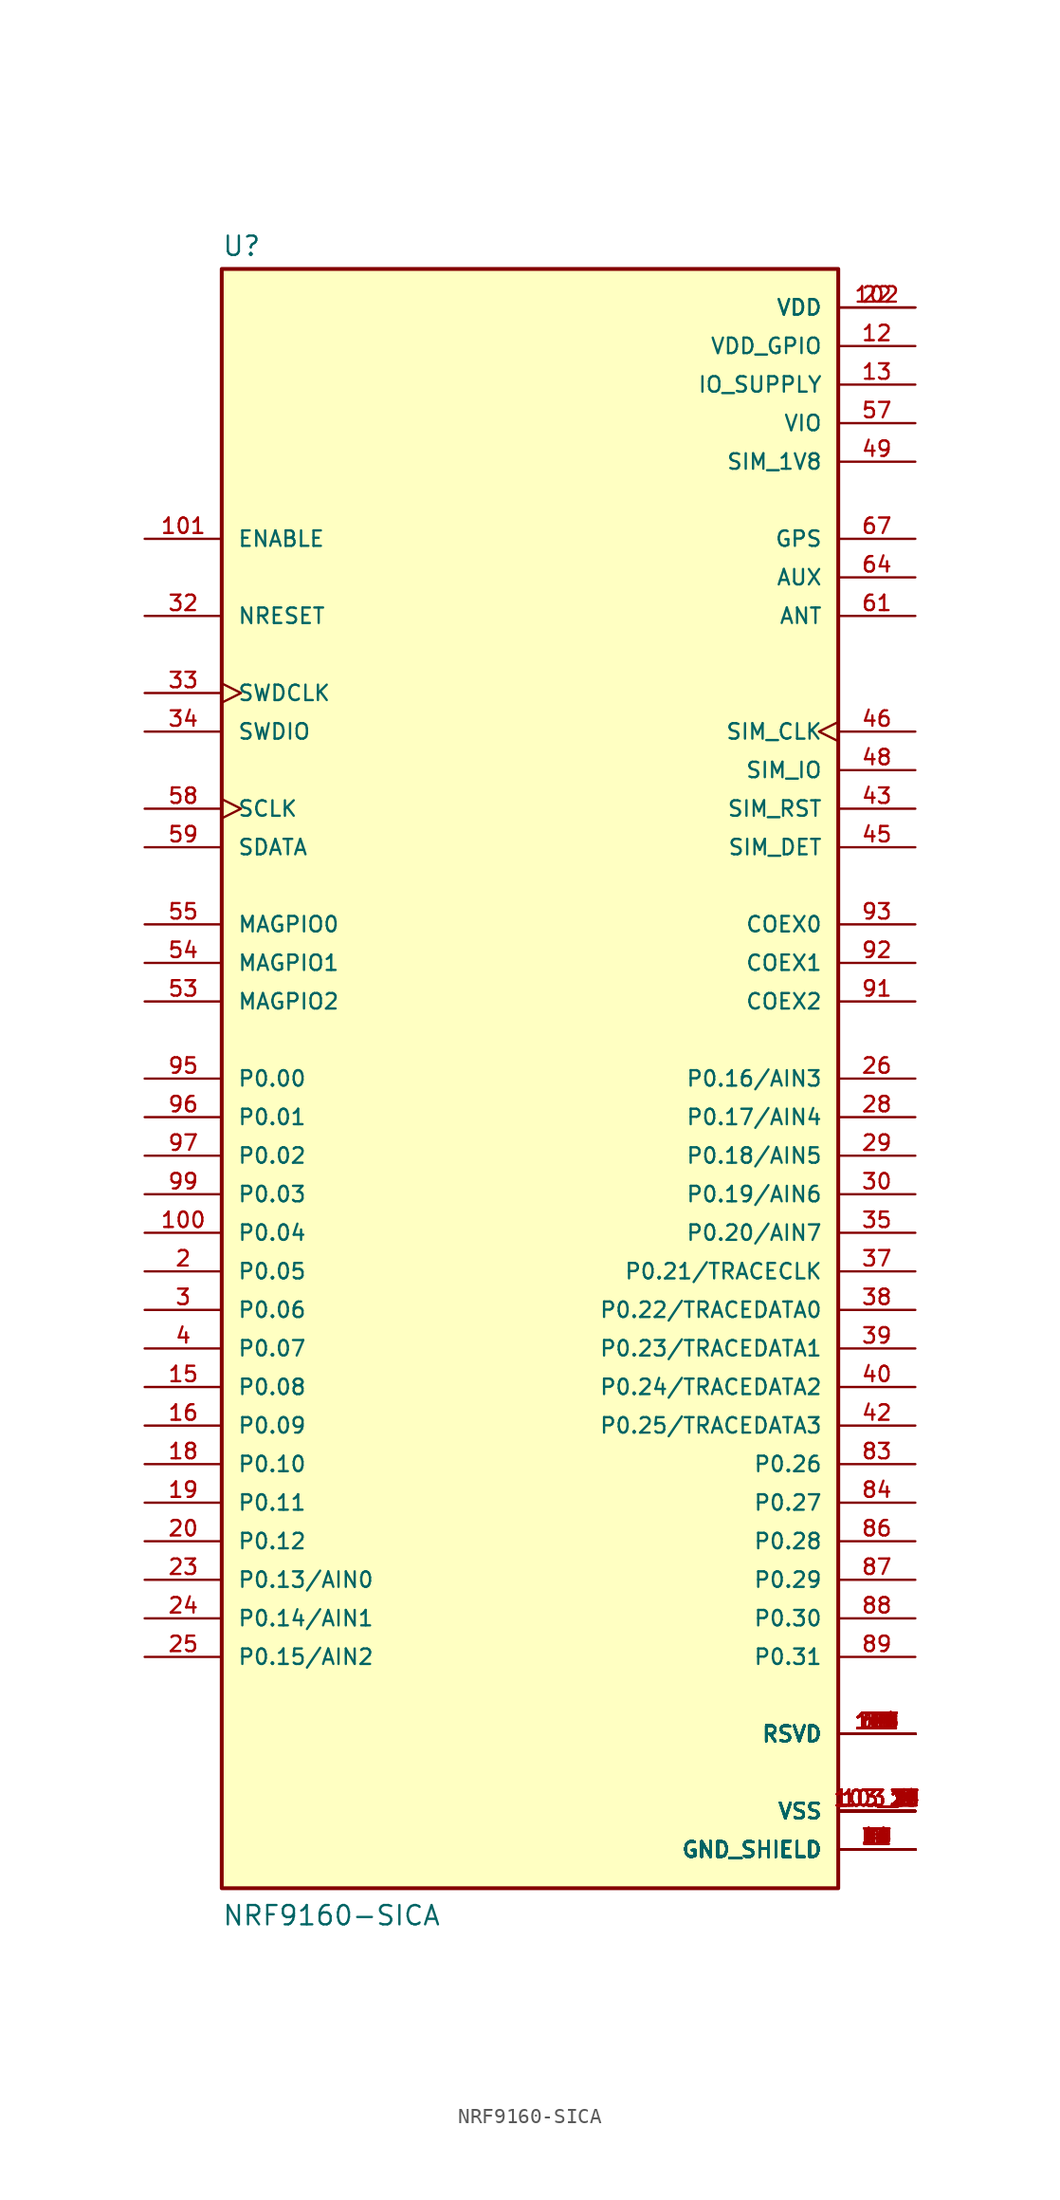
<source format=kicad_sym>
(kicad_symbol_lib
  (version 20211014)
  (generator kicad_symbol_editor)
  (symbol "NRF9160-SICA"
    (pin_names
      (offset 1.016))
    (property "Reference" "U"
      (at -20.32 54.102 0)
      (effects (font (size 1.27 1.27)) (justify bottom left)))
    (property "Value" "NRF9160-SICA"
      (at -20.32 -55.88 0)
      (effects (font (size 1.27 1.27)) (justify bottom left)))
    (symbol "NRF9160-SICA_0_0"
      (rectangle (start -20.32 -53.34) (end 20.32 53.34) (stroke (width 0.254)) (fill (type background)))
      (pin bidirectional line (at -25.4 -12.7 0) (length 5.08) (name "P0.05" (effects (font (size 1.016 1.016)))) (number "2" (effects (font (size 1.016 1.016)))))
      (pin bidirectional line (at -25.4 -15.24 0) (length 5.08) (name "P0.06" (effects (font (size 1.016 1.016)))) (number "3" (effects (font (size 1.016 1.016)))))
      (pin bidirectional line (at -25.4 -17.78 0) (length 5.08) (name "P0.07" (effects (font (size 1.016 1.016)))) (number "4" (effects (font (size 1.016 1.016)))))
      (pin bidirectional line (at -25.4 -20.32 0) (length 5.08) (name "P0.08" (effects (font (size 1.016 1.016)))) (number "15" (effects (font (size 1.016 1.016)))))
      (pin bidirectional line (at -25.4 -27.94 0) (length 5.08) (name "P0.11" (effects (font (size 1.016 1.016)))) (number "19" (effects (font (size 1.016 1.016)))))
      (pin bidirectional line (at -25.4 -22.86 0) (length 5.08) (name "P0.09" (effects (font (size 1.016 1.016)))) (number "16" (effects (font (size 1.016 1.016)))))
      (pin bidirectional line (at -25.4 -25.4 0) (length 5.08) (name "P0.10" (effects (font (size 1.016 1.016)))) (number "18" (effects (font (size 1.016 1.016)))))
      (pin bidirectional line (at -25.4 -30.48 0) (length 5.08) (name "P0.12" (effects (font (size 1.016 1.016)))) (number "20" (effects (font (size 1.016 1.016)))))
      (pin bidirectional line (at -25.4 -33.02 0) (length 5.08) (name "P0.13/AIN0" (effects (font (size 1.016 1.016)))) (number "23" (effects (font (size 1.016 1.016)))))
      (pin bidirectional line (at -25.4 -38.1 0) (length 5.08) (name "P0.15/AIN2" (effects (font (size 1.016 1.016)))) (number "25" (effects (font (size 1.016 1.016)))))
      (pin bidirectional line (at 25.4 0.0 180.0) (length 5.08) (name "P0.16/AIN3" (effects (font (size 1.016 1.016)))) (number "26" (effects (font (size 1.016 1.016)))))
      (pin bidirectional line (at 25.4 -2.54 180.0) (length 5.08) (name "P0.17/AIN4" (effects (font (size 1.016 1.016)))) (number "28" (effects (font (size 1.016 1.016)))))
      (pin bidirectional line (at 25.4 -5.08 180.0) (length 5.08) (name "P0.18/AIN5" (effects (font (size 1.016 1.016)))) (number "29" (effects (font (size 1.016 1.016)))))
      (pin bidirectional line (at 25.4 -7.62 180.0) (length 5.08) (name "P0.19/AIN6" (effects (font (size 1.016 1.016)))) (number "30" (effects (font (size 1.016 1.016)))))
      (pin input line (at -25.4 30.48 0) (length 5.08) (name "NRESET" (effects (font (size 1.016 1.016)))) (number "32" (effects (font (size 1.016 1.016)))))
      (pin input clock (at -25.4 25.4 0) (length 5.08) (name "SWDCLK" (effects (font (size 1.016 1.016)))) (number "33" (effects (font (size 1.016 1.016)))))
      (pin bidirectional line (at -25.4 22.86 0) (length 5.08) (name "SWDIO" (effects (font (size 1.016 1.016)))) (number "34" (effects (font (size 1.016 1.016)))))
      (pin bidirectional line (at 25.4 -15.24 180.0) (length 5.08) (name "P0.22/TRACEDATA0" (effects (font (size 1.016 1.016)))) (number "38" (effects (font (size 1.016 1.016)))))
      (pin bidirectional line (at 25.4 -10.16 180.0) (length 5.08) (name "P0.20/AIN7" (effects (font (size 1.016 1.016)))) (number "35" (effects (font (size 1.016 1.016)))))
      (pin bidirectional line (at 25.4 -12.7 180.0) (length 5.08) (name "P0.21/TRACECLK" (effects (font (size 1.016 1.016)))) (number "37" (effects (font (size 1.016 1.016)))))
      (pin bidirectional line (at 25.4 -17.78 180.0) (length 5.08) (name "P0.23/TRACEDATA1" (effects (font (size 1.016 1.016)))) (number "39" (effects (font (size 1.016 1.016)))))
      (pin bidirectional line (at 25.4 -20.32 180.0) (length 5.08) (name "P0.24/TRACEDATA2" (effects (font (size 1.016 1.016)))) (number "40" (effects (font (size 1.016 1.016)))))
      (pin bidirectional line (at 25.4 -22.86 180.0) (length 5.08) (name "P0.25/TRACEDATA3" (effects (font (size 1.016 1.016)))) (number "42" (effects (font (size 1.016 1.016)))))
      (pin bidirectional line (at 25.4 17.78 180.0) (length 5.08) (name "SIM_RST" (effects (font (size 1.016 1.016)))) (number "43" (effects (font (size 1.016 1.016)))))
      (pin bidirectional line (at 25.4 15.24 180.0) (length 5.08) (name "SIM_DET" (effects (font (size 1.016 1.016)))) (number "45" (effects (font (size 1.016 1.016)))))
      (pin bidirectional clock (at 25.4 22.86 180.0) (length 5.08) (name "SIM_CLK" (effects (font (size 1.016 1.016)))) (number "46" (effects (font (size 1.016 1.016)))))
      (pin bidirectional line (at 25.4 20.32 180.0) (length 5.08) (name "SIM_IO" (effects (font (size 1.016 1.016)))) (number "48" (effects (font (size 1.016 1.016)))))
      (pin bidirectional line (at -25.4 10.16 0) (length 5.08) (name "MAGPIO0" (effects (font (size 1.016 1.016)))) (number "55" (effects (font (size 1.016 1.016)))))
      (pin bidirectional line (at -25.4 15.24 0) (length 5.08) (name "SDATA" (effects (font (size 1.016 1.016)))) (number "59" (effects (font (size 1.016 1.016)))))
      (pin bidirectional clock (at -25.4 17.78 0) (length 5.08) (name "SCLK" (effects (font (size 1.016 1.016)))) (number "58" (effects (font (size 1.016 1.016)))))
      (pin bidirectional line (at 25.4 30.48 180.0) (length 5.08) (name "ANT" (effects (font (size 1.016 1.016)))) (number "61" (effects (font (size 1.016 1.016)))))
      (pin output line (at 25.4 33.02 180.0) (length 5.08) (name "AUX" (effects (font (size 1.016 1.016)))) (number "64" (effects (font (size 1.016 1.016)))))
      (pin input line (at 25.4 35.56 180.0) (length 5.08) (name "GPS" (effects (font (size 1.016 1.016)))) (number "67" (effects (font (size 1.016 1.016)))))
      (pin bidirectional line (at 25.4 -25.4 180.0) (length 5.08) (name "P0.26" (effects (font (size 1.016 1.016)))) (number "83" (effects (font (size 1.016 1.016)))))
      (pin bidirectional line (at 25.4 -27.94 180.0) (length 5.08) (name "P0.27" (effects (font (size 1.016 1.016)))) (number "84" (effects (font (size 1.016 1.016)))))
      (pin bidirectional line (at 25.4 -30.48 180.0) (length 5.08) (name "P0.28" (effects (font (size 1.016 1.016)))) (number "86" (effects (font (size 1.016 1.016)))))
      (pin bidirectional line (at 25.4 -33.02 180.0) (length 5.08) (name "P0.29" (effects (font (size 1.016 1.016)))) (number "87" (effects (font (size 1.016 1.016)))))
      (pin bidirectional line (at 25.4 -35.56 180.0) (length 5.08) (name "P0.30" (effects (font (size 1.016 1.016)))) (number "88" (effects (font (size 1.016 1.016)))))
      (pin bidirectional line (at 25.4 -38.1 180.0) (length 5.08) (name "P0.31" (effects (font (size 1.016 1.016)))) (number "89" (effects (font (size 1.016 1.016)))))
      (pin bidirectional line (at 25.4 10.16 180.0) (length 5.08) (name "COEX0" (effects (font (size 1.016 1.016)))) (number "93" (effects (font (size 1.016 1.016)))))
      (pin bidirectional line (at -25.4 -2.54 0) (length 5.08) (name "P0.01" (effects (font (size 1.016 1.016)))) (number "96" (effects (font (size 1.016 1.016)))))
      (pin bidirectional line (at -25.4 0.0 0) (length 5.08) (name "P0.00" (effects (font (size 1.016 1.016)))) (number "95" (effects (font (size 1.016 1.016)))))
      (pin bidirectional line (at -25.4 -5.08 0) (length 5.08) (name "P0.02" (effects (font (size 1.016 1.016)))) (number "97" (effects (font (size 1.016 1.016)))))
      (pin bidirectional line (at -25.4 -7.62 0) (length 5.08) (name "P0.03" (effects (font (size 1.016 1.016)))) (number "99" (effects (font (size 1.016 1.016)))))
      (pin bidirectional line (at -25.4 -10.16 0) (length 5.08) (name "P0.04" (effects (font (size 1.016 1.016)))) (number "100" (effects (font (size 1.016 1.016)))))
      (pin input line (at -25.4 35.56 0) (length 5.08) (name "ENABLE" (effects (font (size 1.016 1.016)))) (number "101" (effects (font (size 1.016 1.016)))))
      (pin bidirectional line (at -25.4 7.62 0) (length 5.08) (name "MAGPIO1" (effects (font (size 1.016 1.016)))) (number "54" (effects (font (size 1.016 1.016)))))
      (pin bidirectional line (at -25.4 5.08 0) (length 5.08) (name "MAGPIO2" (effects (font (size 1.016 1.016)))) (number "53" (effects (font (size 1.016 1.016)))))
      (pin bidirectional line (at 25.4 7.62 180.0) (length 5.08) (name "COEX1" (effects (font (size 1.016 1.016)))) (number "92" (effects (font (size 1.016 1.016)))))
      (pin bidirectional line (at 25.4 5.08 180.0) (length 5.08) (name "COEX2" (effects (font (size 1.016 1.016)))) (number "91" (effects (font (size 1.016 1.016)))))
      (pin bidirectional line (at -25.4 -35.56 0) (length 5.08) (name "P0.14/AIN1" (effects (font (size 1.016 1.016)))) (number "24" (effects (font (size 1.016 1.016)))))
      (pin power_in line (at 25.4 -50.8 180.0) (length 5.08) (name "GND_SHIELD" (effects (font (size 1.016 1.016)))) (number "1" (effects (font (size 1.016 1.016)))))
      (pin power_in line (at 25.4 -50.8 180.0) (length 5.08) (name "GND_SHIELD" (effects (font (size 1.016 1.016)))) (number "5" (effects (font (size 1.016 1.016)))))
      (pin power_in line (at 25.4 -50.8 180.0) (length 5.08) (name "GND_SHIELD" (effects (font (size 1.016 1.016)))) (number "9" (effects (font (size 1.016 1.016)))))
      (pin power_in line (at 25.4 -50.8 180.0) (length 5.08) (name "GND_SHIELD" (effects (font (size 1.016 1.016)))) (number "14" (effects (font (size 1.016 1.016)))))
      (pin power_in line (at 25.4 -50.8 180.0) (length 5.08) (name "GND_SHIELD" (effects (font (size 1.016 1.016)))) (number "17" (effects (font (size 1.016 1.016)))))
      (pin power_in line (at 25.4 -50.8 180.0) (length 5.08) (name "GND_SHIELD" (effects (font (size 1.016 1.016)))) (number "21" (effects (font (size 1.016 1.016)))))
      (pin power_in line (at 25.4 -50.8 180.0) (length 5.08) (name "GND_SHIELD" (effects (font (size 1.016 1.016)))) (number "27" (effects (font (size 1.016 1.016)))))
      (pin power_in line (at 25.4 -50.8 180.0) (length 5.08) (name "GND_SHIELD" (effects (font (size 1.016 1.016)))) (number "31" (effects (font (size 1.016 1.016)))))
      (pin power_in line (at 25.4 -50.8 180.0) (length 5.08) (name "GND_SHIELD" (effects (font (size 1.016 1.016)))) (number "36" (effects (font (size 1.016 1.016)))))
      (pin power_in line (at 25.4 -50.8 180.0) (length 5.08) (name "GND_SHIELD" (effects (font (size 1.016 1.016)))) (number "41" (effects (font (size 1.016 1.016)))))
      (pin power_in line (at 25.4 -50.8 180.0) (length 5.08) (name "GND_SHIELD" (effects (font (size 1.016 1.016)))) (number "44" (effects (font (size 1.016 1.016)))))
      (pin power_in line (at 25.4 -50.8 180.0) (length 5.08) (name "GND_SHIELD" (effects (font (size 1.016 1.016)))) (number "47" (effects (font (size 1.016 1.016)))))
      (pin power_in line (at 25.4 -50.8 180.0) (length 5.08) (name "GND_SHIELD" (effects (font (size 1.016 1.016)))) (number "50" (effects (font (size 1.016 1.016)))))
      (pin power_in line (at 25.4 -50.8 180.0) (length 5.08) (name "GND_SHIELD" (effects (font (size 1.016 1.016)))) (number "52" (effects (font (size 1.016 1.016)))))
      (pin power_in line (at 25.4 -50.8 180.0) (length 5.08) (name "GND_SHIELD" (effects (font (size 1.016 1.016)))) (number "56" (effects (font (size 1.016 1.016)))))
      (pin power_in line (at 25.4 -50.8 180.0) (length 5.08) (name "GND_SHIELD" (effects (font (size 1.016 1.016)))) (number "60" (effects (font (size 1.016 1.016)))))
      (pin power_in line (at 25.4 -50.8 180.0) (length 5.08) (name "GND_SHIELD" (effects (font (size 1.016 1.016)))) (number "62" (effects (font (size 1.016 1.016)))))
      (pin power_in line (at 25.4 -50.8 180.0) (length 5.08) (name "GND_SHIELD" (effects (font (size 1.016 1.016)))) (number "63" (effects (font (size 1.016 1.016)))))
      (pin power_in line (at 25.4 -50.8 180.0) (length 5.08) (name "GND_SHIELD" (effects (font (size 1.016 1.016)))) (number "65" (effects (font (size 1.016 1.016)))))
      (pin power_in line (at 25.4 -50.8 180.0) (length 5.08) (name "GND_SHIELD" (effects (font (size 1.016 1.016)))) (number "66" (effects (font (size 1.016 1.016)))))
      (pin power_in line (at 25.4 -50.8 180.0) (length 5.08) (name "GND_SHIELD" (effects (font (size 1.016 1.016)))) (number "72" (effects (font (size 1.016 1.016)))))
      (pin power_in line (at 25.4 -50.8 180.0) (length 5.08) (name "GND_SHIELD" (effects (font (size 1.016 1.016)))) (number "74" (effects (font (size 1.016 1.016)))))
      (pin power_in line (at 25.4 -50.8 180.0) (length 5.08) (name "GND_SHIELD" (effects (font (size 1.016 1.016)))) (number "75" (effects (font (size 1.016 1.016)))))
      (pin power_in line (at 25.4 -50.8 180.0) (length 5.08) (name "GND_SHIELD" (effects (font (size 1.016 1.016)))) (number "76" (effects (font (size 1.016 1.016)))))
      (pin power_in line (at 25.4 -50.8 180.0) (length 5.08) (name "GND_SHIELD" (effects (font (size 1.016 1.016)))) (number "77" (effects (font (size 1.016 1.016)))))
      (pin power_in line (at 25.4 -50.8 180.0) (length 5.08) (name "GND_SHIELD" (effects (font (size 1.016 1.016)))) (number "78" (effects (font (size 1.016 1.016)))))
      (pin power_in line (at 25.4 -50.8 180.0) (length 5.08) (name "GND_SHIELD" (effects (font (size 1.016 1.016)))) (number "79" (effects (font (size 1.016 1.016)))))
      (pin power_in line (at 25.4 -50.8 180.0) (length 5.08) (name "GND_SHIELD" (effects (font (size 1.016 1.016)))) (number "80" (effects (font (size 1.016 1.016)))))
      (pin power_in line (at 25.4 -50.8 180.0) (length 5.08) (name "GND_SHIELD" (effects (font (size 1.016 1.016)))) (number "81" (effects (font (size 1.016 1.016)))))
      (pin power_in line (at 25.4 -50.8 180.0) (length 5.08) (name "GND_SHIELD" (effects (font (size 1.016 1.016)))) (number "82" (effects (font (size 1.016 1.016)))))
      (pin power_in line (at 25.4 -50.8 180.0) (length 5.08) (name "GND_SHIELD" (effects (font (size 1.016 1.016)))) (number "85" (effects (font (size 1.016 1.016)))))
      (pin power_in line (at 25.4 -50.8 180.0) (length 5.08) (name "GND_SHIELD" (effects (font (size 1.016 1.016)))) (number "90" (effects (font (size 1.016 1.016)))))
      (pin power_in line (at 25.4 -50.8 180.0) (length 5.08) (name "GND_SHIELD" (effects (font (size 1.016 1.016)))) (number "94" (effects (font (size 1.016 1.016)))))
      (pin power_in line (at 25.4 -50.8 180.0) (length 5.08) (name "GND_SHIELD" (effects (font (size 1.016 1.016)))) (number "98" (effects (font (size 1.016 1.016)))))
      (pin power_in line (at 25.4 48.26 180.0) (length 5.08) (name "VDD_GPIO" (effects (font (size 1.016 1.016)))) (number "12" (effects (font (size 1.016 1.016)))))
      (pin power_in line (at 25.4 45.72 180.0) (length 5.08) (name "IO_SUPPLY" (effects (font (size 1.016 1.016)))) (number "13" (effects (font (size 1.016 1.016)))))
      (pin power_in line (at 25.4 40.64 180.0) (length 5.08) (name "SIM_1V8" (effects (font (size 1.016 1.016)))) (number "49" (effects (font (size 1.016 1.016)))))
      (pin power_in line (at 25.4 43.18 180.0) (length 5.08) (name "VIO" (effects (font (size 1.016 1.016)))) (number "57" (effects (font (size 1.016 1.016)))))
      (pin power_in line (at 25.4 -48.26 180.0) (length 5.08) (name "VSS" (effects (font (size 1.016 1.016)))) (number "103_1" (effects (font (size 1.016 1.016)))))
      (pin power_in line (at 25.4 -48.26 180.0) (length 5.08) (name "VSS" (effects (font (size 1.016 1.016)))) (number "103_2" (effects (font (size 1.016 1.016)))))
      (pin power_in line (at 25.4 -48.26 180.0) (length 5.08) (name "VSS" (effects (font (size 1.016 1.016)))) (number "103_3" (effects (font (size 1.016 1.016)))))
      (pin power_in line (at 25.4 -48.26 180.0) (length 5.08) (name "VSS" (effects (font (size 1.016 1.016)))) (number "103_4" (effects (font (size 1.016 1.016)))))
      (pin power_in line (at 25.4 -48.26 180.0) (length 5.08) (name "VSS" (effects (font (size 1.016 1.016)))) (number "103_5" (effects (font (size 1.016 1.016)))))
      (pin power_in line (at 25.4 -48.26 180.0) (length 5.08) (name "VSS" (effects (font (size 1.016 1.016)))) (number "103_6" (effects (font (size 1.016 1.016)))))
      (pin power_in line (at 25.4 -48.26 180.0) (length 5.08) (name "VSS" (effects (font (size 1.016 1.016)))) (number "103_7" (effects (font (size 1.016 1.016)))))
      (pin power_in line (at 25.4 -48.26 180.0) (length 5.08) (name "VSS" (effects (font (size 1.016 1.016)))) (number "103_8" (effects (font (size 1.016 1.016)))))
      (pin power_in line (at 25.4 -48.26 180.0) (length 5.08) (name "VSS" (effects (font (size 1.016 1.016)))) (number "103_9" (effects (font (size 1.016 1.016)))))
      (pin power_in line (at 25.4 -48.26 180.0) (length 5.08) (name "VSS" (effects (font (size 1.016 1.016)))) (number "103_10" (effects (font (size 1.016 1.016)))))
      (pin power_in line (at 25.4 -48.26 180.0) (length 5.08) (name "VSS" (effects (font (size 1.016 1.016)))) (number "103_11" (effects (font (size 1.016 1.016)))))
      (pin power_in line (at 25.4 -48.26 180.0) (length 5.08) (name "VSS" (effects (font (size 1.016 1.016)))) (number "103_12" (effects (font (size 1.016 1.016)))))
      (pin power_in line (at 25.4 -48.26 180.0) (length 5.08) (name "VSS" (effects (font (size 1.016 1.016)))) (number "103_13" (effects (font (size 1.016 1.016)))))
      (pin power_in line (at 25.4 -48.26 180.0) (length 5.08) (name "VSS" (effects (font (size 1.016 1.016)))) (number "103_14" (effects (font (size 1.016 1.016)))))
      (pin power_in line (at 25.4 -48.26 180.0) (length 5.08) (name "VSS" (effects (font (size 1.016 1.016)))) (number "103_15" (effects (font (size 1.016 1.016)))))
      (pin power_in line (at 25.4 -48.26 180.0) (length 5.08) (name "VSS" (effects (font (size 1.016 1.016)))) (number "103_16" (effects (font (size 1.016 1.016)))))
      (pin power_in line (at 25.4 -48.26 180.0) (length 5.08) (name "VSS" (effects (font (size 1.016 1.016)))) (number "103_17" (effects (font (size 1.016 1.016)))))
      (pin power_in line (at 25.4 -48.26 180.0) (length 5.08) (name "VSS" (effects (font (size 1.016 1.016)))) (number "103_18" (effects (font (size 1.016 1.016)))))
      (pin power_in line (at 25.4 -48.26 180.0) (length 5.08) (name "VSS" (effects (font (size 1.016 1.016)))) (number "103_19" (effects (font (size 1.016 1.016)))))
      (pin power_in line (at 25.4 -48.26 180.0) (length 5.08) (name "VSS" (effects (font (size 1.016 1.016)))) (number "103_20" (effects (font (size 1.016 1.016)))))
      (pin power_in line (at 25.4 -48.26 180.0) (length 5.08) (name "VSS" (effects (font (size 1.016 1.016)))) (number "103_21" (effects (font (size 1.016 1.016)))))
      (pin power_in line (at 25.4 -48.26 180.0) (length 5.08) (name "VSS" (effects (font (size 1.016 1.016)))) (number "103_22" (effects (font (size 1.016 1.016)))))
      (pin power_in line (at 25.4 -48.26 180.0) (length 5.08) (name "VSS" (effects (font (size 1.016 1.016)))) (number "103_23" (effects (font (size 1.016 1.016)))))
      (pin power_in line (at 25.4 -48.26 180.0) (length 5.08) (name "VSS" (effects (font (size 1.016 1.016)))) (number "103_24" (effects (font (size 1.016 1.016)))))
      (pin power_in line (at 25.4 -48.26 180.0) (length 5.08) (name "VSS" (effects (font (size 1.016 1.016)))) (number "103_25" (effects (font (size 1.016 1.016)))))
      (pin power_in line (at 25.4 -48.26 180.0) (length 5.08) (name "VSS" (effects (font (size 1.016 1.016)))) (number "103_26" (effects (font (size 1.016 1.016)))))
      (pin power_in line (at 25.4 -48.26 180.0) (length 5.08) (name "VSS" (effects (font (size 1.016 1.016)))) (number "103_27" (effects (font (size 1.016 1.016)))))
      (pin power_in line (at 25.4 -48.26 180.0) (length 5.08) (name "VSS" (effects (font (size 1.016 1.016)))) (number "103_28" (effects (font (size 1.016 1.016)))))
      (pin power_in line (at 25.4 -48.26 180.0) (length 5.08) (name "VSS" (effects (font (size 1.016 1.016)))) (number "103_29" (effects (font (size 1.016 1.016)))))
      (pin power_in line (at 25.4 -48.26 180.0) (length 5.08) (name "VSS" (effects (font (size 1.016 1.016)))) (number "103_30" (effects (font (size 1.016 1.016)))))
      (pin power_in line (at 25.4 -48.26 180.0) (length 5.08) (name "VSS" (effects (font (size 1.016 1.016)))) (number "103_31" (effects (font (size 1.016 1.016)))))
      (pin power_in line (at 25.4 -48.26 180.0) (length 5.08) (name "VSS" (effects (font (size 1.016 1.016)))) (number "103_32" (effects (font (size 1.016 1.016)))))
      (pin power_in line (at 25.4 -48.26 180.0) (length 5.08) (name "VSS" (effects (font (size 1.016 1.016)))) (number "103_33" (effects (font (size 1.016 1.016)))))
      (pin power_in line (at 25.4 -48.26 180.0) (length 5.08) (name "VSS" (effects (font (size 1.016 1.016)))) (number "103_34" (effects (font (size 1.016 1.016)))))
      (pin power_in line (at 25.4 -48.26 180.0) (length 5.08) (name "VSS" (effects (font (size 1.016 1.016)))) (number "103_35" (effects (font (size 1.016 1.016)))))
      (pin passive line (at 25.4 -43.18 180.0) (length 5.08) (name "RSVD" (effects (font (size 1.016 1.016)))) (number "6" (effects (font (size 1.016 1.016)))))
      (pin passive line (at 25.4 -43.18 180.0) (length 5.08) (name "RSVD" (effects (font (size 1.016 1.016)))) (number "7" (effects (font (size 1.016 1.016)))))
      (pin passive line (at 25.4 -43.18 180.0) (length 5.08) (name "RSVD" (effects (font (size 1.016 1.016)))) (number "8" (effects (font (size 1.016 1.016)))))
      (pin passive line (at 25.4 -43.18 180.0) (length 5.08) (name "RSVD" (effects (font (size 1.016 1.016)))) (number "10" (effects (font (size 1.016 1.016)))))
      (pin passive line (at 25.4 -43.18 180.0) (length 5.08) (name "RSVD" (effects (font (size 1.016 1.016)))) (number "11" (effects (font (size 1.016 1.016)))))
      (pin passive line (at 25.4 -43.18 180.0) (length 5.08) (name "RSVD" (effects (font (size 1.016 1.016)))) (number "51" (effects (font (size 1.016 1.016)))))
      (pin passive line (at 25.4 -43.18 180.0) (length 5.08) (name "RSVD" (effects (font (size 1.016 1.016)))) (number "68" (effects (font (size 1.016 1.016)))))
      (pin passive line (at 25.4 -43.18 180.0) (length 5.08) (name "RSVD" (effects (font (size 1.016 1.016)))) (number "69" (effects (font (size 1.016 1.016)))))
      (pin passive line (at 25.4 -43.18 180.0) (length 5.08) (name "RSVD" (effects (font (size 1.016 1.016)))) (number "70" (effects (font (size 1.016 1.016)))))
      (pin passive line (at 25.4 -43.18 180.0) (length 5.08) (name "RSVD" (effects (font (size 1.016 1.016)))) (number "71" (effects (font (size 1.016 1.016)))))
      (pin passive line (at 25.4 -43.18 180.0) (length 5.08) (name "RSVD" (effects (font (size 1.016 1.016)))) (number "73" (effects (font (size 1.016 1.016)))))
      (pin passive line (at 25.4 -43.18 180.0) (length 5.08) (name "RSVD" (effects (font (size 1.016 1.016)))) (number "104" (effects (font (size 1.016 1.016)))))
      (pin passive line (at 25.4 -43.18 180.0) (length 5.08) (name "RSVD" (effects (font (size 1.016 1.016)))) (number "105" (effects (font (size 1.016 1.016)))))
      (pin passive line (at 25.4 -43.18 180.0) (length 5.08) (name "RSVD" (effects (font (size 1.016 1.016)))) (number "106" (effects (font (size 1.016 1.016)))))
      (pin passive line (at 25.4 -43.18 180.0) (length 5.08) (name "RSVD" (effects (font (size 1.016 1.016)))) (number "107" (effects (font (size 1.016 1.016)))))
      (pin passive line (at 25.4 -43.18 180.0) (length 5.08) (name "RSVD" (effects (font (size 1.016 1.016)))) (number "108" (effects (font (size 1.016 1.016)))))
      (pin passive line (at 25.4 -43.18 180.0) (length 5.08) (name "RSVD" (effects (font (size 1.016 1.016)))) (number "109" (effects (font (size 1.016 1.016)))))
      (pin passive line (at 25.4 -43.18 180.0) (length 5.08) (name "RSVD" (effects (font (size 1.016 1.016)))) (number "110" (effects (font (size 1.016 1.016)))))
      (pin passive line (at 25.4 -43.18 180.0) (length 5.08) (name "RSVD" (effects (font (size 1.016 1.016)))) (number "111" (effects (font (size 1.016 1.016)))))
      (pin passive line (at 25.4 -43.18 180.0) (length 5.08) (name "RSVD" (effects (font (size 1.016 1.016)))) (number "112" (effects (font (size 1.016 1.016)))))
      (pin passive line (at 25.4 -43.18 180.0) (length 5.08) (name "RSVD" (effects (font (size 1.016 1.016)))) (number "113" (effects (font (size 1.016 1.016)))))
      (pin passive line (at 25.4 -43.18 180.0) (length 5.08) (name "RSVD" (effects (font (size 1.016 1.016)))) (number "114" (effects (font (size 1.016 1.016)))))
      (pin passive line (at 25.4 -43.18 180.0) (length 5.08) (name "RSVD" (effects (font (size 1.016 1.016)))) (number "115" (effects (font (size 1.016 1.016)))))
      (pin passive line (at 25.4 -43.18 180.0) (length 5.08) (name "RSVD" (effects (font (size 1.016 1.016)))) (number "116" (effects (font (size 1.016 1.016)))))
      (pin passive line (at 25.4 -43.18 180.0) (length 5.08) (name "RSVD" (effects (font (size 1.016 1.016)))) (number "117" (effects (font (size 1.016 1.016)))))
      (pin passive line (at 25.4 -43.18 180.0) (length 5.08) (name "RSVD" (effects (font (size 1.016 1.016)))) (number "118" (effects (font (size 1.016 1.016)))))
      (pin passive line (at 25.4 -43.18 180.0) (length 5.08) (name "RSVD" (effects (font (size 1.016 1.016)))) (number "119" (effects (font (size 1.016 1.016)))))
      (pin passive line (at 25.4 -43.18 180.0) (length 5.08) (name "RSVD" (effects (font (size 1.016 1.016)))) (number "120" (effects (font (size 1.016 1.016)))))
      (pin passive line (at 25.4 -43.18 180.0) (length 5.08) (name "RSVD" (effects (font (size 1.016 1.016)))) (number "121" (effects (font (size 1.016 1.016)))))
      (pin passive line (at 25.4 -43.18 180.0) (length 5.08) (name "RSVD" (effects (font (size 1.016 1.016)))) (number "122" (effects (font (size 1.016 1.016)))))
      (pin passive line (at 25.4 -43.18 180.0) (length 5.08) (name "RSVD" (effects (font (size 1.016 1.016)))) (number "123" (effects (font (size 1.016 1.016)))))
      (pin passive line (at 25.4 -43.18 180.0) (length 5.08) (name "RSVD" (effects (font (size 1.016 1.016)))) (number "124" (effects (font (size 1.016 1.016)))))
      (pin passive line (at 25.4 -43.18 180.0) (length 5.08) (name "RSVD" (effects (font (size 1.016 1.016)))) (number "125" (effects (font (size 1.016 1.016)))))
      (pin passive line (at 25.4 -43.18 180.0) (length 5.08) (name "RSVD" (effects (font (size 1.016 1.016)))) (number "126" (effects (font (size 1.016 1.016)))))
      (pin passive line (at 25.4 -43.18 180.0) (length 5.08) (name "RSVD" (effects (font (size 1.016 1.016)))) (number "127" (effects (font (size 1.016 1.016)))))
      (pin power_in line (at 25.4 50.8 180.0) (length 5.08) (name "VDD" (effects (font (size 1.016 1.016)))) (number "22" (effects (font (size 1.016 1.016)))))
      (pin power_in line (at 25.4 50.8 180.0) (length 5.08) (name "VDD" (effects (font (size 1.016 1.016)))) (number "102" (effects (font (size 1.016 1.016))))))))
</source>
